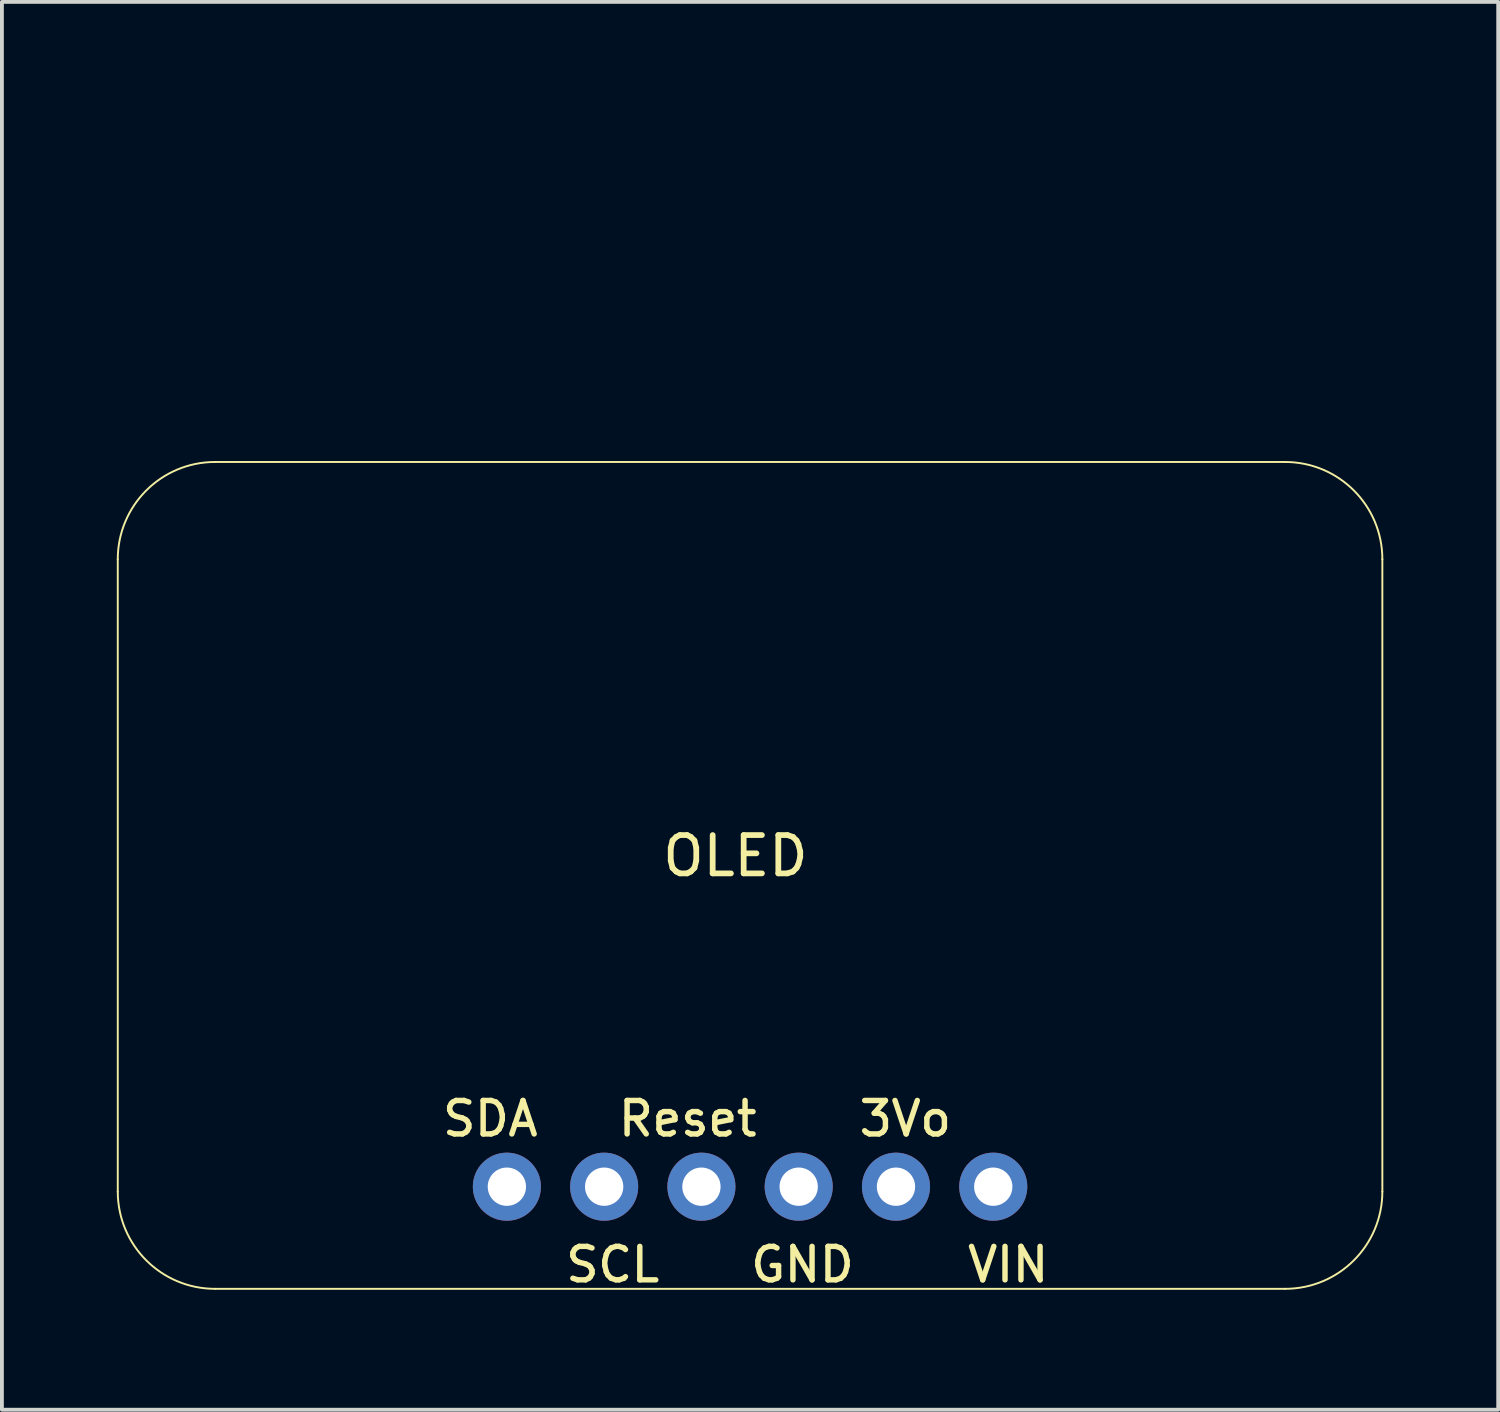
<source format=kicad_pcb>
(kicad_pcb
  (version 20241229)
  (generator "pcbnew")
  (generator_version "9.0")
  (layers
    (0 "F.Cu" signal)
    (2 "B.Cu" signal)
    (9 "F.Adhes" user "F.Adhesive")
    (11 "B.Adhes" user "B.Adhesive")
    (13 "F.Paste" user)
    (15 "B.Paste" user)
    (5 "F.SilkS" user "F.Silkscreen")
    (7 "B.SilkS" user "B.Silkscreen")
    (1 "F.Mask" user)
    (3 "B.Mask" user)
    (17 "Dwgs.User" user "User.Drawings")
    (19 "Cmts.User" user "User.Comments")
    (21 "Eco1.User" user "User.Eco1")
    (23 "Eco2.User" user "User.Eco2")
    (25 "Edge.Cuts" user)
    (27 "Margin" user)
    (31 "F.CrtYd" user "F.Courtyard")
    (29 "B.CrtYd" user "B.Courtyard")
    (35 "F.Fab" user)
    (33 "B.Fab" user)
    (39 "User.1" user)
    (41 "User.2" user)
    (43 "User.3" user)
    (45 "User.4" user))
  (footprint "OLED"
    (layer "F.Cu")
    (at 14.884 0.25)
    (property "Reference" "OLED" (at 1.27 19.05 0) (unlocked yes) (layer "F.SilkS") (effects (font (size 1 1) (thickness 0.15))))
    (attr through_hole)
    (fp_line (start -14.859 11.303) (end -14.859 27.813) (stroke (width 0.05) (type solid)) (layer "F.SilkS"))
    (fp_line (start -12.319 30.353) (end 15.621 30.353) (stroke (width 0.05) (type solid)) (layer "F.SilkS"))
    (fp_line (start 15.621 8.763) (end -12.319 8.763) (stroke (width 0.05) (type solid)) (layer "F.SilkS"))
    (fp_line (start 18.161 27.813) (end 18.161 11.303) (stroke (width 0.05) (type solid)) (layer "F.SilkS"))
    (fp_arc (start -14.859 11.303) (mid -14.115051 9.506949) (end -12.319 8.763) (stroke (width 0.05) (type solid)) (layer "F.SilkS"))
    (fp_arc (start -12.319 30.353) (mid -14.115051 29.609051) (end -14.859 27.813) (stroke (width 0.05) (type solid)) (layer "F.SilkS"))
    (fp_arc (start 15.621 8.763) (mid 17.417051 9.506949) (end 18.161 11.303) (stroke (width 0.05) (type solid)) (layer "F.SilkS"))
    (fp_arc (start 18.161 27.813) (mid 17.417051 29.609051) (end 15.621 30.353) (stroke (width 0.05) (type solid)) (layer "F.SilkS"))
    (fp_text user "3Vo" (at 6.985 25.4 0) (layer "F.SilkS") (effects (font (size 0.874 0.874) (thickness 0.142)) (justify right top)))
    (fp_text user "SCL" (at -0.635 29.21 0) (layer "F.SilkS") (effects (font (size 0.874 0.874) (thickness 0.142)) (justify right top)))
    (fp_text user "GND" (at 4.445 29.21 0) (layer "F.SilkS") (effects (font (size 0.874 0.874) (thickness 0.142)) (justify right top)))
    (fp_text user "VIN" (at 9.525 29.21 0) (layer "F.SilkS") (effects (font (size 0.874 0.874) (thickness 0.142)) (justify right top)))
    (fp_text user "SDA" (at -3.81 25.4 0) (layer "F.SilkS") (effects (font (size 0.874 0.874) (thickness 0.142)) (justify right top)))
    (fp_text user "Reset" (at 1.905 25.4 0) (layer "F.SilkS") (effects (font (size 0.874 0.874) (thickness 0.142)) (justify right top)))
    (pad "1" thru_hole circle (at -4.699 27.686 270) (size 1.778 1.778) (drill 1) (layers "*.Cu" "*.Mask"))
    (pad "2" thru_hole circle (at -2.159 27.686 270) (size 1.778 1.778) (drill 1) (layers "*.Cu" "*.Mask"))
    (pad "3" thru_hole circle (at 0.381 27.686 270) (size 1.778 1.778) (drill 1) (layers "*.Cu" "*.Mask"))
    (pad "4" thru_hole circle (at 2.921 27.686 270) (size 1.778 1.778) (drill 1) (layers "*.Cu" "*.Mask"))
    (pad "5" thru_hole circle (at 5.461 27.686 270) (size 1.778 1.778) (drill 1) (layers "*.Cu" "*.Mask"))
    (pad "6" thru_hole circle (at 8.001 27.686 270) (size 1.778 1.778) (drill 1) (layers "*.Cu" "*.Mask")))
  (gr_rect
    (start -3 -3)
    (end 36.07 33.76)
    (stroke (width 0.1) (type default))
    (fill no)
    (layer "Edge.Cuts")))
</source>
